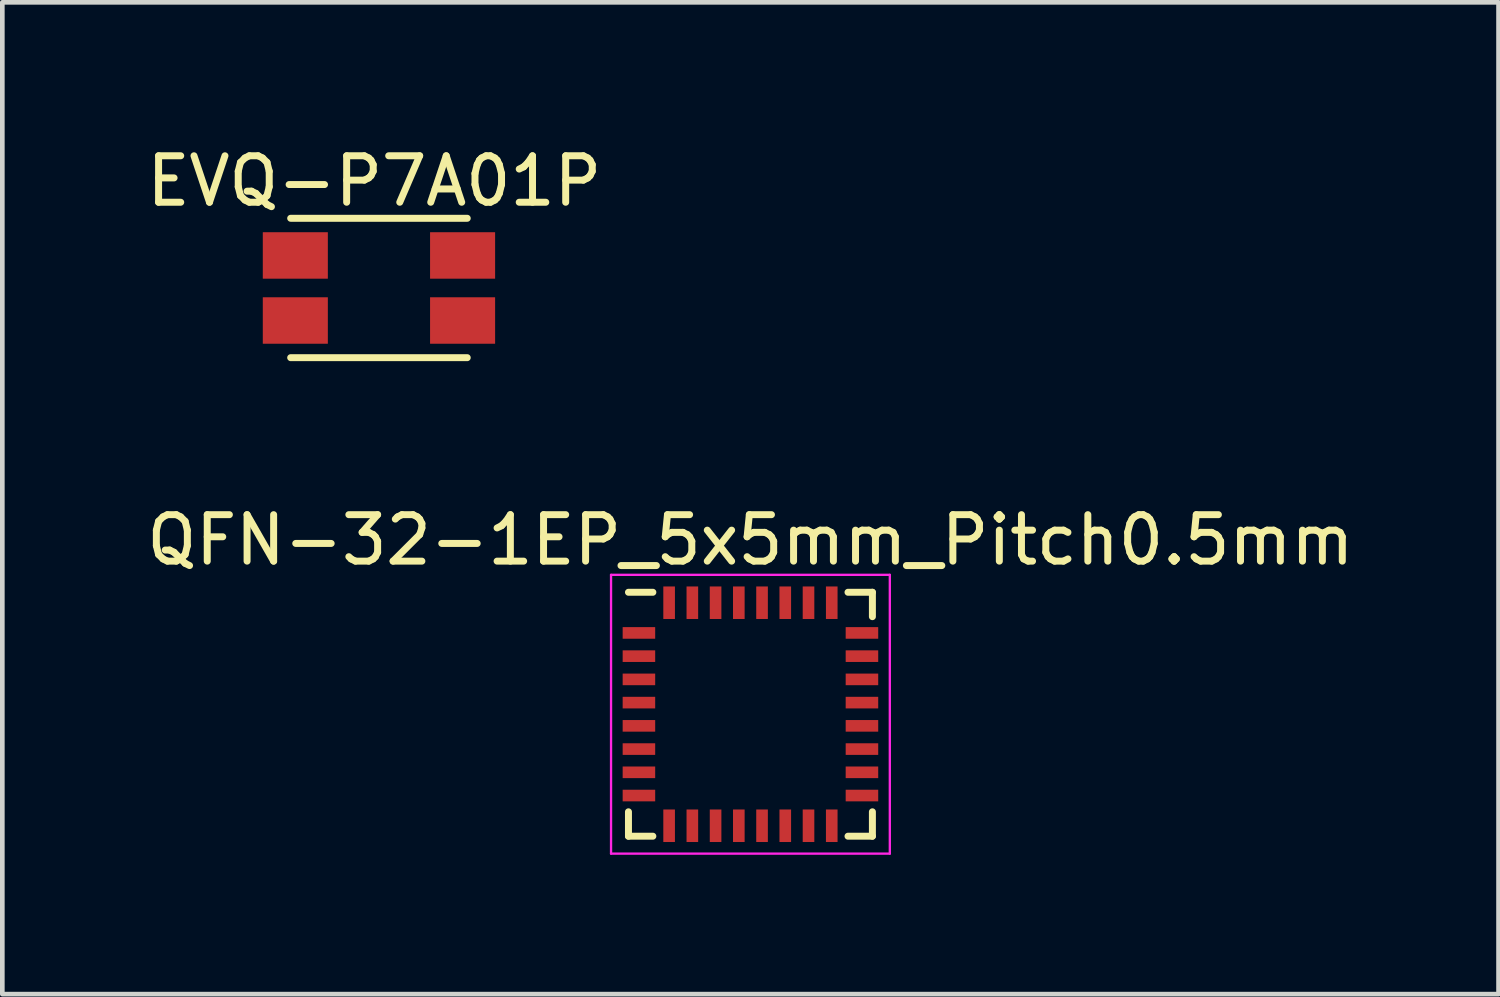
<source format=kicad_pcb>
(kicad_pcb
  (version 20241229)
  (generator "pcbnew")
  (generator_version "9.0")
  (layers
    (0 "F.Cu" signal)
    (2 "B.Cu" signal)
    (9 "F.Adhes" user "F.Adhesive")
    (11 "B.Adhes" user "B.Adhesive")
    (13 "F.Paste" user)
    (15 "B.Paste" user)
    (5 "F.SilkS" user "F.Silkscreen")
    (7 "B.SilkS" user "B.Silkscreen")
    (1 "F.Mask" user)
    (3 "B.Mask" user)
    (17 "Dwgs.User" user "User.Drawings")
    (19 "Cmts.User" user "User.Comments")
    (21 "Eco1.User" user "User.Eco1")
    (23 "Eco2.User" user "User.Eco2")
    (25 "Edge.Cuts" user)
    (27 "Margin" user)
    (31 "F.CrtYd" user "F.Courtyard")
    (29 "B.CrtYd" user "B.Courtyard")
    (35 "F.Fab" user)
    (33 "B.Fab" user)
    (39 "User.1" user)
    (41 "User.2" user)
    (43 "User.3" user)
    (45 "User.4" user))
  (footprint "QFN-32-1EP_5x5mm_Pitch0.5mm"
    (layer "F.Cu")
    (at 13.101 12.322)
    (property "Reference" "QFN-32-1EP_5x5mm_Pitch0.5mm" (at 0 -3.75 0) (layer "F.SilkS") (effects (font (size 1 1) (thickness 0.15))))
    (attr smd)
    (fp_line (start -2.625 -2.625) (end -2.1 -2.625) (stroke (width 0.15) (type solid)) (layer "F.SilkS"))
    (fp_line (start -2.625 2.625) (end -2.625 2.1) (stroke (width 0.15) (type solid)) (layer "F.SilkS"))
    (fp_line (start -2.625 2.625) (end -2.1 2.625) (stroke (width 0.15) (type solid)) (layer "F.SilkS"))
    (fp_line (start 2.625 -2.625) (end 2.1 -2.625) (stroke (width 0.15) (type solid)) (layer "F.SilkS"))
    (fp_line (start 2.625 -2.625) (end 2.625 -2.1) (stroke (width 0.15) (type solid)) (layer "F.SilkS"))
    (fp_line (start 2.625 2.625) (end 2.1 2.625) (stroke (width 0.15) (type solid)) (layer "F.SilkS"))
    (fp_line (start 2.625 2.625) (end 2.625 2.1) (stroke (width 0.15) (type solid)) (layer "F.SilkS"))
    (fp_line (start -3 -3) (end -3 3) (stroke (width 0.05) (type solid)) (layer "F.CrtYd"))
    (fp_line (start -3 -3) (end 3 -3) (stroke (width 0.05) (type solid)) (layer "F.CrtYd"))
    (fp_line (start -3 3) (end 3 3) (stroke (width 0.05) (type solid)) (layer "F.CrtYd"))
    (fp_line (start 3 -3) (end 3 3) (stroke (width 0.05) (type solid)) (layer "F.CrtYd"))
    (pad "1" smd rect (at -2.4 -1.75) (size 0.7 0.25) (layers "F.Cu" "F.Mask" "F.Paste"))
    (pad "2" smd rect (at -2.4 -1.25) (size 0.7 0.25) (layers "F.Cu" "F.Mask" "F.Paste"))
    (pad "3" smd rect (at -2.4 -0.75) (size 0.7 0.25) (layers "F.Cu" "F.Mask" "F.Paste"))
    (pad "4" smd rect (at -2.4 -0.25) (size 0.7 0.25) (layers "F.Cu" "F.Mask" "F.Paste"))
    (pad "5" smd rect (at -2.4 0.25) (size 0.7 0.25) (layers "F.Cu" "F.Mask" "F.Paste"))
    (pad "6" smd rect (at -2.4 0.75) (size 0.7 0.25) (layers "F.Cu" "F.Mask" "F.Paste"))
    (pad "7" smd rect (at -2.4 1.25) (size 0.7 0.25) (layers "F.Cu" "F.Mask" "F.Paste"))
    (pad "8" smd rect (at -2.4 1.75) (size 0.7 0.25) (layers "F.Cu" "F.Mask" "F.Paste"))
    (pad "9" smd rect (at -1.75 2.4 90) (size 0.7 0.25) (layers "F.Cu" "F.Mask" "F.Paste"))
    (pad "10" smd rect (at -1.25 2.4 90) (size 0.7 0.25) (layers "F.Cu" "F.Mask" "F.Paste"))
    (pad "11" smd rect (at -0.75 2.4 90) (size 0.7 0.25) (layers "F.Cu" "F.Mask" "F.Paste"))
    (pad "12" smd rect (at -0.25 2.4 90) (size 0.7 0.25) (layers "F.Cu" "F.Mask" "F.Paste"))
    (pad "13" smd rect (at 0.25 2.4 90) (size 0.7 0.25) (layers "F.Cu" "F.Mask" "F.Paste"))
    (pad "14" smd rect (at 0.75 2.4 90) (size 0.7 0.25) (layers "F.Cu" "F.Mask" "F.Paste"))
    (pad "15" smd rect (at 1.25 2.4 90) (size 0.7 0.25) (layers "F.Cu" "F.Mask" "F.Paste"))
    (pad "16" smd rect (at 1.75 2.4 90) (size 0.7 0.25) (layers "F.Cu" "F.Mask" "F.Paste"))
    (pad "17" smd rect (at 2.4 1.75) (size 0.7 0.25) (layers "F.Cu" "F.Mask" "F.Paste"))
    (pad "18" smd rect (at 2.4 1.25) (size 0.7 0.25) (layers "F.Cu" "F.Mask" "F.Paste"))
    (pad "19" smd rect (at 2.4 0.75) (size 0.7 0.25) (layers "F.Cu" "F.Mask" "F.Paste"))
    (pad "20" smd rect (at 2.4 0.25) (size 0.7 0.25) (layers "F.Cu" "F.Mask" "F.Paste"))
    (pad "21" smd rect (at 2.4 -0.25) (size 0.7 0.25) (layers "F.Cu" "F.Mask" "F.Paste"))
    (pad "22" smd rect (at 2.4 -0.75) (size 0.7 0.25) (layers "F.Cu" "F.Mask" "F.Paste"))
    (pad "23" smd rect (at 2.4 -1.25) (size 0.7 0.25) (layers "F.Cu" "F.Mask" "F.Paste"))
    (pad "24" smd rect (at 2.4 -1.75) (size 0.7 0.25) (layers "F.Cu" "F.Mask" "F.Paste"))
    (pad "25" smd rect (at 1.75 -2.4 90) (size 0.7 0.25) (layers "F.Cu" "F.Mask" "F.Paste"))
    (pad "26" smd rect (at 1.25 -2.4 90) (size 0.7 0.25) (layers "F.Cu" "F.Mask" "F.Paste"))
    (pad "27" smd rect (at 0.75 -2.4 90) (size 0.7 0.25) (layers "F.Cu" "F.Mask" "F.Paste"))
    (pad "28" smd rect (at 0.25 -2.4 90) (size 0.7 0.25) (layers "F.Cu" "F.Mask" "F.Paste"))
    (pad "29" smd rect (at -0.25 -2.4 90) (size 0.7 0.25) (layers "F.Cu" "F.Mask" "F.Paste"))
    (pad "30" smd rect (at -0.75 -2.4 90) (size 0.7 0.25) (layers "F.Cu" "F.Mask" "F.Paste"))
    (pad "31" smd rect (at -1.25 -2.4 90) (size 0.7 0.25) (layers "F.Cu" "F.Mask" "F.Paste"))
    (pad "32" smd rect (at -1.75 -2.4 90) (size 0.7 0.25) (layers "F.Cu" "F.Mask" "F.Paste")))
  (footprint "EVQ-P7A01P"
    (layer "F.Cu")
    (at 5.106 3.148)
    (property "Reference" "EVQ-P7A01P" (at -0.1 -2.3 0) (layer "F.SilkS") (effects (font (size 1 1) (thickness 0.15))))
    (attr through_hole)
    (fp_line (start -1.9 -1.5) (end 1.9 -1.5) (stroke (width 0.15) (type solid)) (layer "F.SilkS"))
    (fp_line (start -1.9 1.5) (end 1.9 1.5) (stroke (width 0.15) (type solid)) (layer "F.SilkS"))
    (pad "1" smd rect (at -1.8 -0.7) (size 1.4 1) (layers "F.Cu" "F.Mask" "F.Paste"))
    (pad "1" smd rect (at 1.8 -0.7) (size 1.4 1) (layers "F.Cu" "F.Mask" "F.Paste"))
    (pad "2" smd rect (at -1.8 0.7) (size 1.4 1) (layers "F.Cu" "F.Mask" "F.Paste"))
    (pad "2" smd rect (at 1.8 0.7) (size 1.4 1) (layers "F.Cu" "F.Mask" "F.Paste")))
  (gr_rect
    (start -3 -3)
    (end 29.202 18.346)
    (stroke (width 0.1) (type default))
    (fill no)
    (layer "Edge.Cuts")))
</source>
